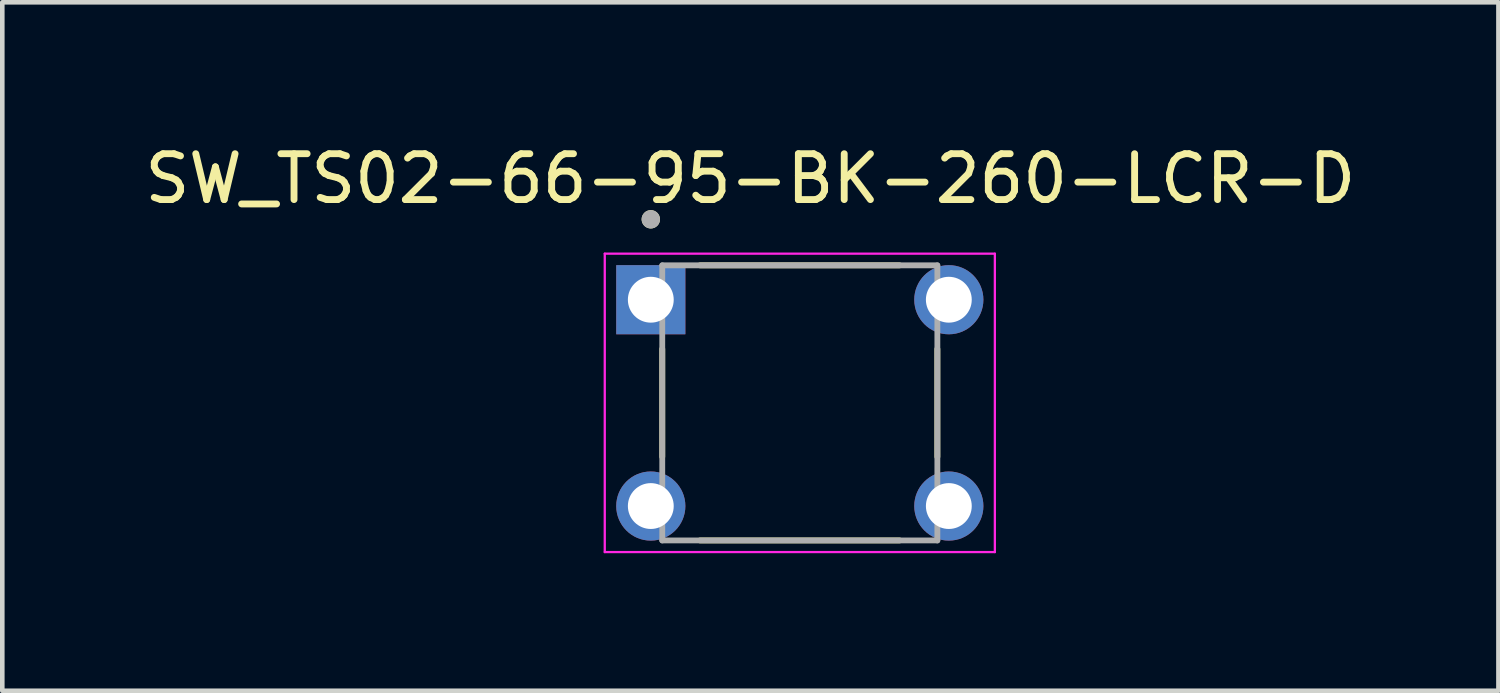
<source format=kicad_pcb>
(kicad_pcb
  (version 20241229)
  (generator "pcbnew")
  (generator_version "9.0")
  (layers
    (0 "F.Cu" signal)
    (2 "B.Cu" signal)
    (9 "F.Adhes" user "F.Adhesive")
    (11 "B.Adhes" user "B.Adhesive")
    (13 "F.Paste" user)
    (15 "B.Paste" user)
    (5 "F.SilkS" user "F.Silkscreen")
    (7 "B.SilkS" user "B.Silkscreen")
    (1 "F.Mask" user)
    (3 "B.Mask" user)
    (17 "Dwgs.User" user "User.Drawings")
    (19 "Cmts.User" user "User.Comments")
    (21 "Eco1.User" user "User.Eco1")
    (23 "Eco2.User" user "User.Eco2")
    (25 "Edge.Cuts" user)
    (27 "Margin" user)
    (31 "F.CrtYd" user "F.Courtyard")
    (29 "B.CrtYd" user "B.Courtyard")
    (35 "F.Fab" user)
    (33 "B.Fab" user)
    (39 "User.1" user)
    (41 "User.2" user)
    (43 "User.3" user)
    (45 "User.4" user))
  (footprint "SW_TS02-66-95-BK-260-LCR-D"
    (layer "F.Cu")
    (at 14.394 5.737)
    (property "Reference" "SW_TS02-66-95-BK-260-LCR-D" (at -1.079 -4.889 0) (layer "F.SilkS") (effects (font (size 1 1) (thickness 0.15))))
    (attr through_hole)
    (fp_line (start -3 -1.176) (end -3 1.176) (stroke (width 0.127) (type solid)) (layer "F.SilkS"))
    (fp_line (start -2.176 -3) (end 2.176 -3) (stroke (width 0.127) (type solid)) (layer "F.SilkS"))
    (fp_line (start -2.176 3) (end 2.176 3) (stroke (width 0.127) (type solid)) (layer "F.SilkS"))
    (fp_line (start 3 -1.176) (end 3 1.176) (stroke (width 0.127) (type solid)) (layer "F.SilkS"))
    (fp_circle (center -3.25 -4.004) (end -3.15 -4.004) (stroke (width 0.2) (type solid)) (fill no) (layer "F.SilkS"))
    (fp_line (start -4.254 -3.254) (end -4.254 3.254) (stroke (width 0.05) (type solid)) (layer "F.CrtYd"))
    (fp_line (start -4.254 3.254) (end 4.254 3.254) (stroke (width 0.05) (type solid)) (layer "F.CrtYd"))
    (fp_line (start 4.254 -3.254) (end -4.254 -3.254) (stroke (width 0.05) (type solid)) (layer "F.CrtYd"))
    (fp_line (start 4.254 3.254) (end 4.254 -3.254) (stroke (width 0.05) (type solid)) (layer "F.CrtYd"))
    (fp_line (start -3 -3) (end 3 -3) (stroke (width 0.127) (type solid)) (layer "F.Fab"))
    (fp_line (start -3 3) (end -3 -3) (stroke (width 0.127) (type solid)) (layer "F.Fab"))
    (fp_line (start 3 -3) (end 3 3) (stroke (width 0.127) (type solid)) (layer "F.Fab"))
    (fp_line (start 3 3) (end -3 3) (stroke (width 0.127) (type solid)) (layer "F.Fab"))
    (fp_circle (center -3.25 -4.004) (end -3.15 -4.004) (stroke (width 0.2) (type solid)) (fill no) (layer "F.Fab"))
    (pad "1" thru_hole rect (at -3.25 -2.25) (size 1.508 1.508) (drill 1) (layers "*.Cu" "*.Mask"))
    (pad "2" thru_hole circle (at 3.25 -2.25) (size 1.508 1.508) (drill 1) (layers "*.Cu" "*.Mask"))
    (pad "3" thru_hole circle (at -3.25 2.25) (size 1.508 1.508) (drill 1) (layers "*.Cu" "*.Mask"))
    (pad "4" thru_hole circle (at 3.25 2.25) (size 1.508 1.508) (drill 1) (layers "*.Cu" "*.Mask")))
  (gr_rect
    (start -3 -3)
    (end 29.631 12.016)
    (stroke (width 0.1) (type default))
    (fill no)
    (layer "Edge.Cuts")))
</source>
